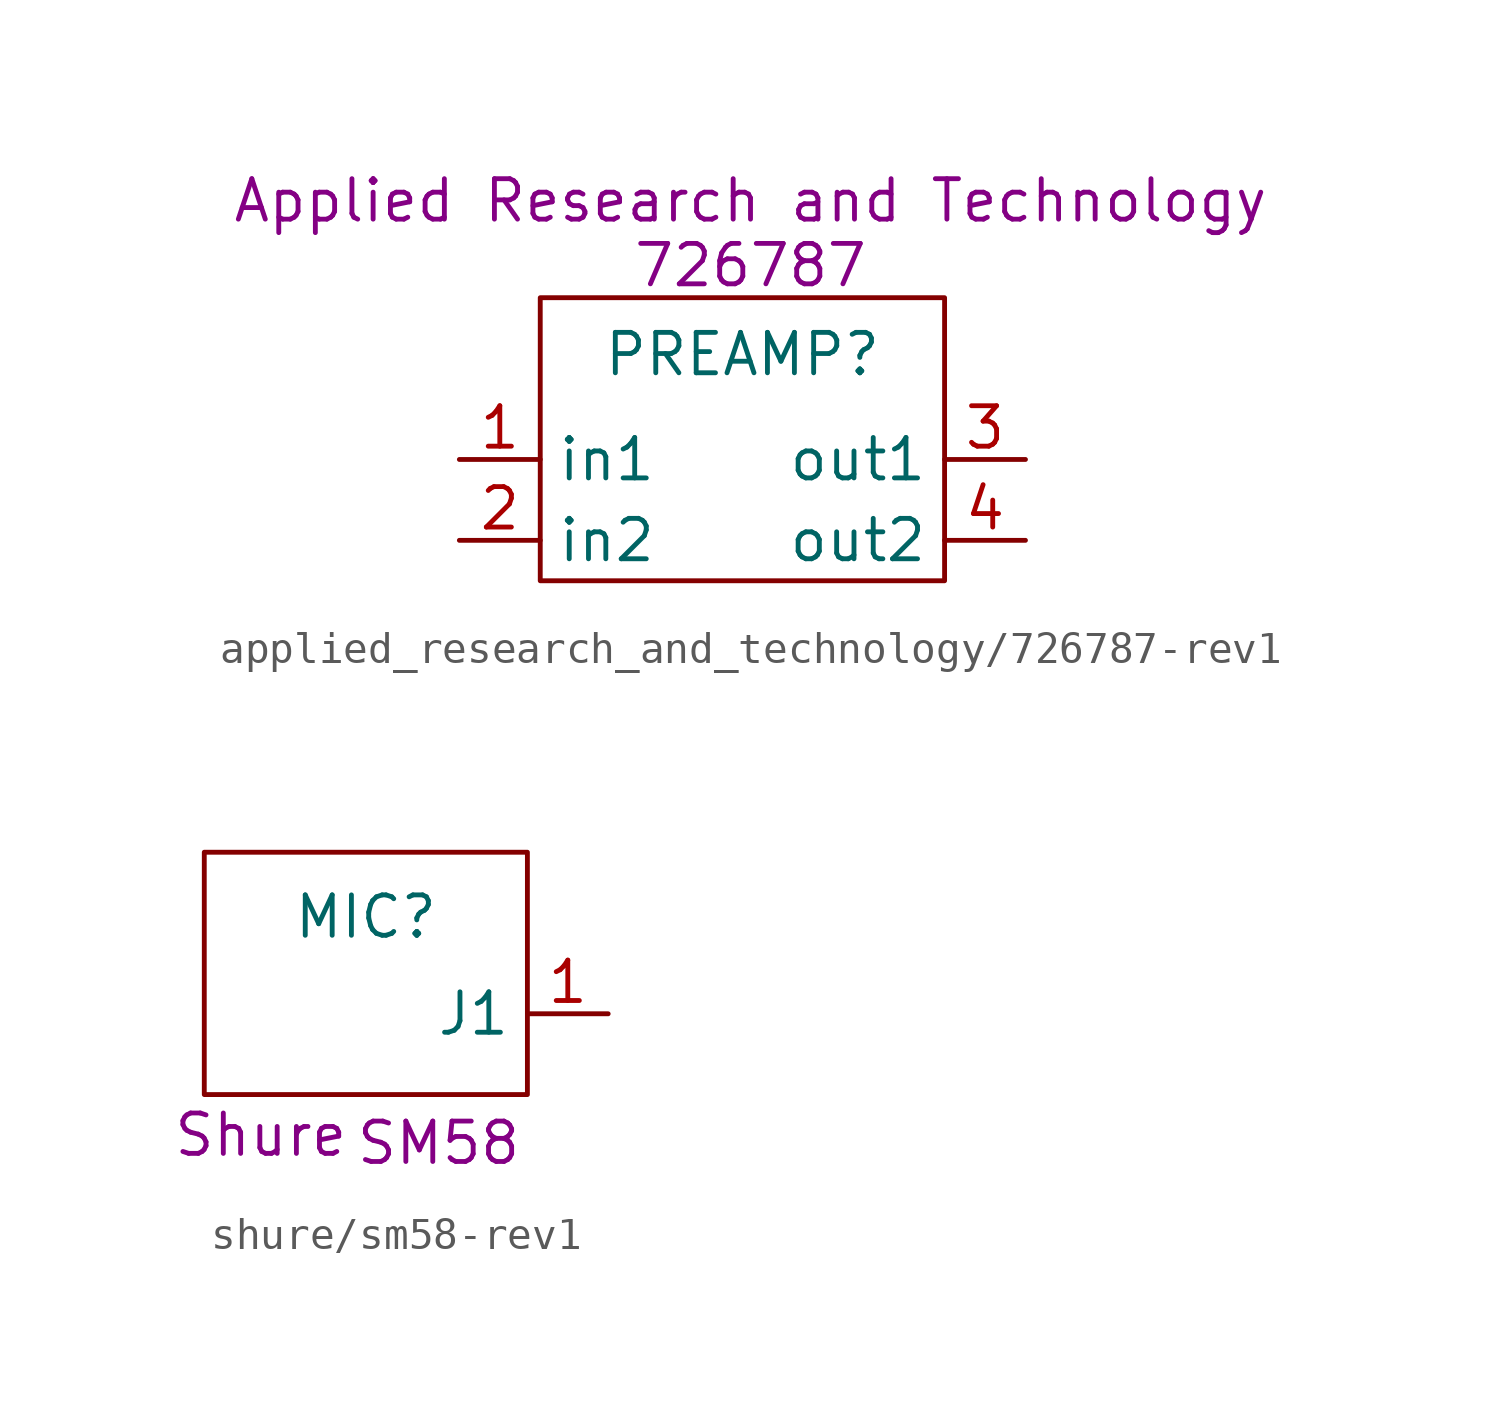
<source format=kicad_sym>
(kicad_symbol_lib
  (version 20241209)
  (generator "kicad_symbol_editor")
  (generator_version "9.0")
  (symbol "applied_research_and_technology/726787-rev1"
    (property "Reference" "PREAMP"
      (at 0 4.572 0)
      (effects (font (size 1.27 1.27))))
    (property "MFG" "Applied Research and Technology"
      (at 0.254 9.398 0)
      (effects (font (size 1.27 1.27))))
    (property "MPN" "726787"
      (at 0.254 7.366 0)
      (effects (font (size 1.27 1.27))))
    (symbol "applied_research_and_technology/726787-rev1_0_1"
      (rectangle (start -6.35 6.35) (end 6.35 -2.54) (stroke (width 0) (type default)) (fill (type none))))
    (symbol "applied_research_and_technology/726787-rev1_1_1"
      (pin unspecified line (at -8.89 1.27 0) (length 2.54) (name "in1" (effects (font (size 1.27 1.27)))) (number "1" (effects (font (size 1.27 1.27)))))
      (pin unspecified line (at -8.89 -1.27 0) (length 2.54) (name "in2" (effects (font (size 1.27 1.27)))) (number "2" (effects (font (size 1.27 1.27)))))
      (pin unspecified line (at 8.89 1.27 180) (length 2.54) (name "out1" (effects (font (size 1.27 1.27)))) (number "3" (effects (font (size 1.27 1.27)))))
      (pin unspecified line (at 8.89 -1.27 180) (length 2.54) (name "out2" (effects (font (size 1.27 1.27)))) (number "4" (effects (font (size 1.27 1.27)))))))
  (symbol "shure/sm58-rev1"
    (property "Reference" "MIC"
      (at 0 3.048 0)
      (effects (font (size 1.27 1.27))))
    (property "Value" ""
      (at 0 0 0)
      (effects (font (size 1.27 1.27))))
    (property "MFG" "Shure"
      (at -3.302 -3.81 0)
      (effects (font (size 1.27 1.27))))
    (property "MPN" "SM58"
      (at 2.286 -4.064 0)
      (effects (font (size 1.27 1.27))))
    (symbol "shure/sm58-rev1_0_1"
      (rectangle (start -5.08 5.08) (end 5.08 -2.54) (stroke (width 0) (type default)) (fill (type none))))
    (symbol "shure/sm58-rev1_1_1"
      (pin unspecified line (at 7.62 0 180) (length 2.54) (name "J1" (effects (font (size 1.27 1.27)))) (number "1" (effects (font (size 1.27 1.27))))))))
</source>
